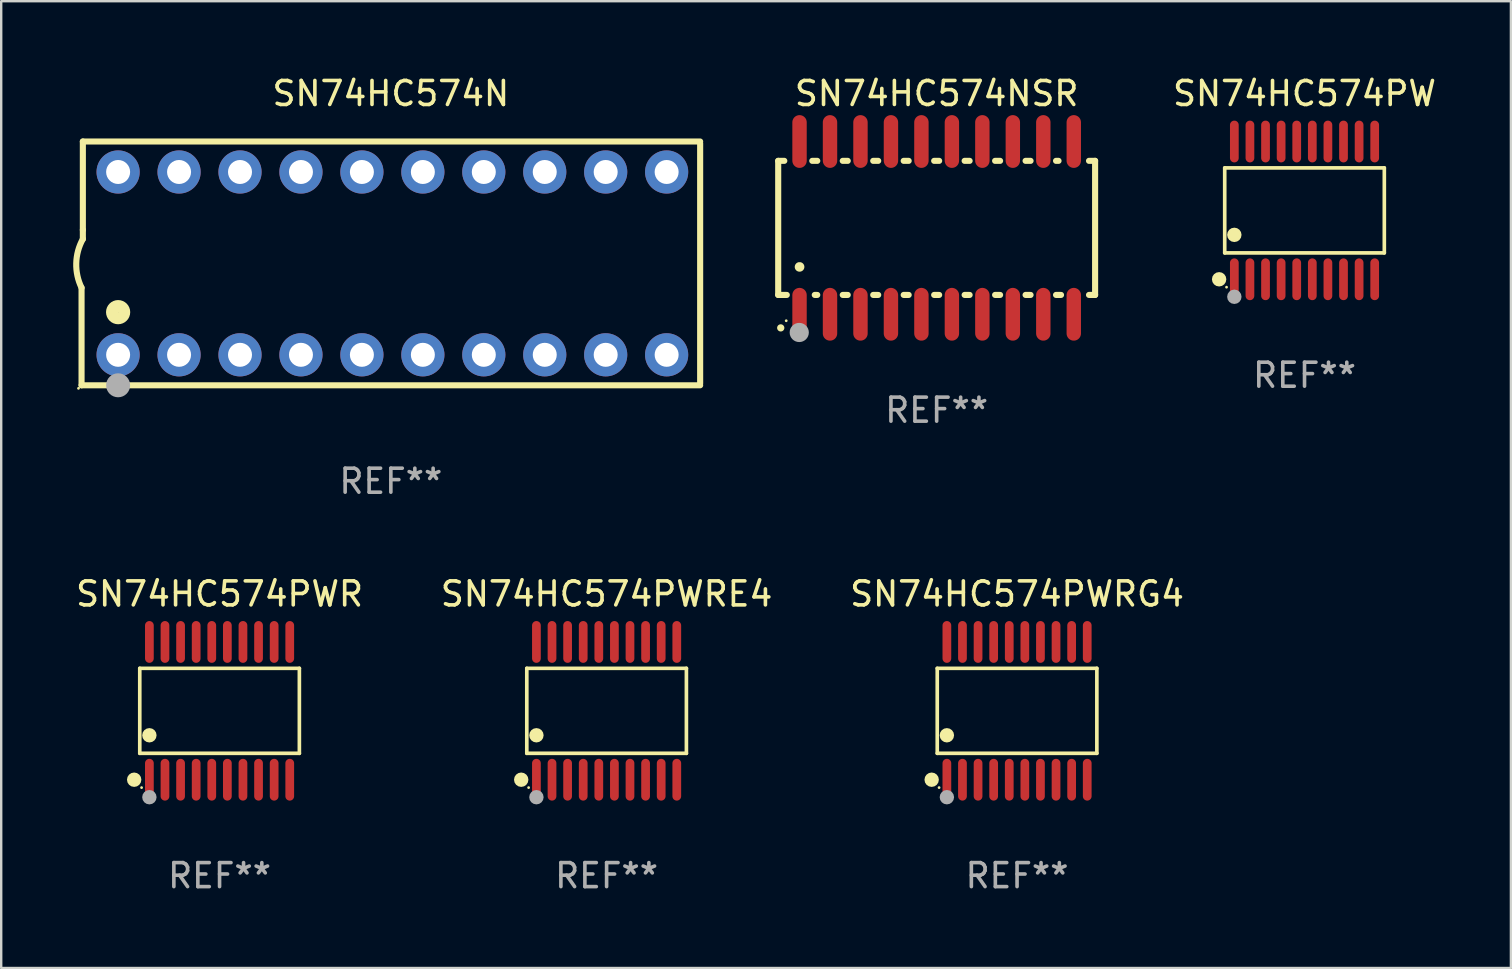
<source format=kicad_pcb>
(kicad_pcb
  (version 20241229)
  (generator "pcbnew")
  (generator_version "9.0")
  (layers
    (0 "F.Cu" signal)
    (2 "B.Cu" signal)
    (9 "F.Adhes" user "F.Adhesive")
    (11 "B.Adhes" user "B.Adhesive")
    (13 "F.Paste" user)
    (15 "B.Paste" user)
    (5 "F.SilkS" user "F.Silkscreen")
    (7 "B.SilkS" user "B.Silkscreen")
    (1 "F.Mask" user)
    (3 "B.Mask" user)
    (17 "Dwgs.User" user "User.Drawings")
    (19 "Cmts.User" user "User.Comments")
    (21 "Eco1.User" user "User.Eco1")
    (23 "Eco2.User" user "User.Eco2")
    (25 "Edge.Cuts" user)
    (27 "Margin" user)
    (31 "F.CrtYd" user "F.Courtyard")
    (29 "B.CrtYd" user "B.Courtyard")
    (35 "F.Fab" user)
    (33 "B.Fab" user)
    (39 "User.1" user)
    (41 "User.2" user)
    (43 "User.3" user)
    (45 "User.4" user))
  (footprint "SN74HC574PWR"
    (layer "F.Cu")
    (at 6.101 26.576)
    (property "Reference" "SN74HC574PWR" (at 0 -4.871 0) (layer "F.SilkS") (effects (font (size 1 1) (thickness 0.15))))
    (attr through_hole)
    (fp_line (start -3.326 -1.771) (end 3.326 -1.771) (stroke (width 0.152) (type solid)) (layer "F.SilkS"))
    (fp_line (start -3.326 1.771) (end -3.326 -1.771) (stroke (width 0.152) (type solid)) (layer "F.SilkS"))
    (fp_line (start 3.326 -1.771) (end 3.326 1.771) (stroke (width 0.152) (type solid)) (layer "F.SilkS"))
    (fp_line (start 3.326 1.771) (end -3.326 1.771) (stroke (width 0.152) (type solid)) (layer "F.SilkS"))
    (fp_circle (center -3.559 2.871) (end -3.409 2.871) (stroke (width 0.3) (type solid)) (fill no) (layer "F.SilkS"))
    (fp_circle (center -3.25 3.2) (end -3.22 3.2) (stroke (width 0.06) (type solid)) (fill no) (layer "F.SilkS"))
    (fp_circle (center -2.925 1.019) (end -2.775 1.019) (stroke (width 0.3) (type solid)) (fill no) (layer "F.SilkS"))
    (fp_circle (center -2.925 3.6) (end -2.775 3.6) (stroke (width 0.3) (type solid)) (fill no) (layer "F.Fab"))
    (fp_text user "REF**" (at 0 6.871 0) (layer "F.Fab") (effects (font (size 1 1) (thickness 0.15))))
    (pad "1" smd oval (at -2.925 2.871) (size 0.364 1.742) (layers "F.Cu" "F.Mask" "F.Paste"))
    (pad "2" smd oval (at -2.275 2.871) (size 0.364 1.742) (layers "F.Cu" "F.Mask" "F.Paste"))
    (pad "3" smd oval (at -1.625 2.871) (size 0.364 1.742) (layers "F.Cu" "F.Mask" "F.Paste"))
    (pad "4" smd oval (at -0.975 2.871) (size 0.364 1.742) (layers "F.Cu" "F.Mask" "F.Paste"))
    (pad "5" smd oval (at -0.325 2.871) (size 0.364 1.742) (layers "F.Cu" "F.Mask" "F.Paste"))
    (pad "6" smd oval (at 0.325 2.871) (size 0.364 1.742) (layers "F.Cu" "F.Mask" "F.Paste"))
    (pad "7" smd oval (at 0.975 2.871) (size 0.364 1.742) (layers "F.Cu" "F.Mask" "F.Paste"))
    (pad "8" smd oval (at 1.625 2.871) (size 0.364 1.742) (layers "F.Cu" "F.Mask" "F.Paste"))
    (pad "9" smd oval (at 2.275 2.871) (size 0.364 1.742) (layers "F.Cu" "F.Mask" "F.Paste"))
    (pad "10" smd oval (at 2.925 2.871) (size 0.364 1.742) (layers "F.Cu" "F.Mask" "F.Paste"))
    (pad "11" smd oval (at 2.925 -2.871) (size 0.364 1.742) (layers "F.Cu" "F.Mask" "F.Paste"))
    (pad "12" smd oval (at 2.275 -2.871) (size 0.364 1.742) (layers "F.Cu" "F.Mask" "F.Paste"))
    (pad "13" smd oval (at 1.625 -2.871) (size 0.364 1.742) (layers "F.Cu" "F.Mask" "F.Paste"))
    (pad "14" smd oval (at 0.975 -2.871) (size 0.364 1.742) (layers "F.Cu" "F.Mask" "F.Paste"))
    (pad "15" smd oval (at 0.325 -2.871) (size 0.364 1.742) (layers "F.Cu" "F.Mask" "F.Paste"))
    (pad "16" smd oval (at -0.325 -2.871) (size 0.364 1.742) (layers "F.Cu" "F.Mask" "F.Paste"))
    (pad "17" smd oval (at -0.975 -2.871) (size 0.364 1.742) (layers "F.Cu" "F.Mask" "F.Paste"))
    (pad "18" smd oval (at -1.625 -2.871) (size 0.364 1.742) (layers "F.Cu" "F.Mask" "F.Paste"))
    (pad "19" smd oval (at -2.275 -2.871) (size 0.364 1.742) (layers "F.Cu" "F.Mask" "F.Paste"))
    (pad "20" smd oval (at -2.925 -2.871) (size 0.364 1.742) (layers "F.Cu" "F.Mask" "F.Paste")))
  (footprint "SN74HC574N"
    (layer "F.Cu")
    (at 13.24 7.928)
    (property "Reference" "SN74HC574N" (at 0 -7.08 0) (layer "F.SilkS") (effects (font (size 1 1) (thickness 0.15))))
    (attr through_hole)
    (fp_line (start -12.891 5.08) (end -12.891 1.016) (stroke (width 0.254) (type solid)) (layer "F.SilkS"))
    (fp_line (start -12.891 5.08) (end 12.891 5.08) (stroke (width 0.254) (type solid)) (layer "F.SilkS"))
    (fp_line (start -12.837 -5.08) (end -12.837 -1.397) (stroke (width 0.254) (type solid)) (layer "F.SilkS"))
    (fp_line (start -12.837 -5.08) (end 12.891 -5.08) (stroke (width 0.254) (type solid)) (layer "F.SilkS"))
    (fp_line (start -12.837 -1.397) (end -12.837 -1.016) (stroke (width 0.254) (type solid)) (layer "F.SilkS"))
    (fp_line (start 12.891 -5) (end 12.891 5) (stroke (width 0.254) (type solid)) (layer "F.SilkS"))
    (fp_arc (start -12.890526 1.016002) (mid -13.111945 -0.006602) (end -12.836525 -1.016002) (stroke (width 0.254001) (type solid)) (layer "F.SilkS"))
    (fp_circle (center -13.018 5.207) (end -12.988 5.207) (stroke (width 0.06) (type solid)) (fill no) (layer "F.SilkS"))
    (fp_circle (center -11.367 2.032) (end -11.113 2.032) (stroke (width 0.5) (type solid)) (fill no) (layer "F.SilkS"))
    (fp_circle (center -11.367 5.08) (end -11.117 5.08) (stroke (width 0.5) (type solid)) (fill no) (layer "F.Fab"))
    (fp_text user "REF**" (at 0 9.08 0) (layer "F.Fab") (effects (font (size 1 1) (thickness 0.15))))
    (pad "1" thru_hole circle (at -11.367 3.81) (size 1.8 1.8) (drill 1) (layers "*.Cu" "*.Mask"))
    (pad "2" thru_hole circle (at -8.827 3.81) (size 1.8 1.8) (drill 1) (layers "*.Cu" "*.Mask"))
    (pad "3" thru_hole circle (at -6.287 3.81) (size 1.8 1.8) (drill 1) (layers "*.Cu" "*.Mask"))
    (pad "4" thru_hole circle (at -3.747 3.81) (size 1.8 1.8) (drill 1) (layers "*.Cu" "*.Mask"))
    (pad "5" thru_hole circle (at -1.207 3.81) (size 1.8 1.8) (drill 1) (layers "*.Cu" "*.Mask"))
    (pad "6" thru_hole circle (at 1.334 3.81) (size 1.8 1.8) (drill 1) (layers "*.Cu" "*.Mask"))
    (pad "7" thru_hole circle (at 3.874 3.81) (size 1.8 1.8) (drill 1) (layers "*.Cu" "*.Mask"))
    (pad "8" thru_hole circle (at 6.414 3.81) (size 1.8 1.8) (drill 1) (layers "*.Cu" "*.Mask"))
    (pad "9" thru_hole circle (at 8.954 3.81) (size 1.8 1.8) (drill 1) (layers "*.Cu" "*.Mask"))
    (pad "10" thru_hole circle (at 11.494 3.81) (size 1.8 1.8) (drill 1) (layers "*.Cu" "*.Mask"))
    (pad "11" thru_hole circle (at 11.494 -3.81) (size 1.8 1.8) (drill 1) (layers "*.Cu" "*.Mask"))
    (pad "12" thru_hole circle (at 8.954 -3.81) (size 1.8 1.8) (drill 1) (layers "*.Cu" "*.Mask"))
    (pad "13" thru_hole circle (at 6.414 -3.81) (size 1.8 1.8) (drill 1) (layers "*.Cu" "*.Mask"))
    (pad "14" thru_hole circle (at 3.874 -3.81) (size 1.8 1.8) (drill 1) (layers "*.Cu" "*.Mask"))
    (pad "15" thru_hole circle (at 1.334 -3.81) (size 1.8 1.8) (drill 1) (layers "*.Cu" "*.Mask"))
    (pad "16" thru_hole circle (at -1.207 -3.81) (size 1.8 1.8) (drill 1) (layers "*.Cu" "*.Mask"))
    (pad "17" thru_hole circle (at -3.747 -3.81) (size 1.8 1.8) (drill 1) (layers "*.Cu" "*.Mask"))
    (pad "18" thru_hole circle (at -6.287 -3.81) (size 1.8 1.8) (drill 1) (layers "*.Cu" "*.Mask"))
    (pad "19" thru_hole circle (at -8.827 -3.81) (size 1.8 1.8) (drill 1) (layers "*.Cu" "*.Mask"))
    (pad "20" thru_hole circle (at -11.367 -3.81) (size 1.8 1.8) (drill 1) (layers "*.Cu" "*.Mask")))
  (footprint "SN74HC574PWRG4"
    (layer "F.Cu")
    (at 39.339 26.576)
    (property "Reference" "SN74HC574PWRG4" (at 0 -4.871 0) (layer "F.SilkS") (effects (font (size 1 1) (thickness 0.15))))
    (attr through_hole)
    (fp_line (start -3.326 -1.771) (end 3.326 -1.771) (stroke (width 0.152) (type solid)) (layer "F.SilkS"))
    (fp_line (start -3.326 1.771) (end -3.326 -1.771) (stroke (width 0.152) (type solid)) (layer "F.SilkS"))
    (fp_line (start 3.326 -1.771) (end 3.326 1.771) (stroke (width 0.152) (type solid)) (layer "F.SilkS"))
    (fp_line (start 3.326 1.771) (end -3.326 1.771) (stroke (width 0.152) (type solid)) (layer "F.SilkS"))
    (fp_circle (center -3.559 2.871) (end -3.409 2.871) (stroke (width 0.3) (type solid)) (fill no) (layer "F.SilkS"))
    (fp_circle (center -3.25 3.2) (end -3.22 3.2) (stroke (width 0.06) (type solid)) (fill no) (layer "F.SilkS"))
    (fp_circle (center -2.925 1.019) (end -2.775 1.019) (stroke (width 0.3) (type solid)) (fill no) (layer "F.SilkS"))
    (fp_circle (center -2.925 3.6) (end -2.775 3.6) (stroke (width 0.3) (type solid)) (fill no) (layer "F.Fab"))
    (fp_text user "REF**" (at 0 6.871 0) (layer "F.Fab") (effects (font (size 1 1) (thickness 0.15))))
    (pad "1" smd oval (at -2.925 2.871) (size 0.364 1.742) (layers "F.Cu" "F.Mask" "F.Paste"))
    (pad "2" smd oval (at -2.275 2.871) (size 0.364 1.742) (layers "F.Cu" "F.Mask" "F.Paste"))
    (pad "3" smd oval (at -1.625 2.871) (size 0.364 1.742) (layers "F.Cu" "F.Mask" "F.Paste"))
    (pad "4" smd oval (at -0.975 2.871) (size 0.364 1.742) (layers "F.Cu" "F.Mask" "F.Paste"))
    (pad "5" smd oval (at -0.325 2.871) (size 0.364 1.742) (layers "F.Cu" "F.Mask" "F.Paste"))
    (pad "6" smd oval (at 0.325 2.871) (size 0.364 1.742) (layers "F.Cu" "F.Mask" "F.Paste"))
    (pad "7" smd oval (at 0.975 2.871) (size 0.364 1.742) (layers "F.Cu" "F.Mask" "F.Paste"))
    (pad "8" smd oval (at 1.625 2.871) (size 0.364 1.742) (layers "F.Cu" "F.Mask" "F.Paste"))
    (pad "9" smd oval (at 2.275 2.871) (size 0.364 1.742) (layers "F.Cu" "F.Mask" "F.Paste"))
    (pad "10" smd oval (at 2.925 2.871) (size 0.364 1.742) (layers "F.Cu" "F.Mask" "F.Paste"))
    (pad "11" smd oval (at 2.925 -2.871) (size 0.364 1.742) (layers "F.Cu" "F.Mask" "F.Paste"))
    (pad "12" smd oval (at 2.275 -2.871) (size 0.364 1.742) (layers "F.Cu" "F.Mask" "F.Paste"))
    (pad "13" smd oval (at 1.625 -2.871) (size 0.364 1.742) (layers "F.Cu" "F.Mask" "F.Paste"))
    (pad "14" smd oval (at 0.975 -2.871) (size 0.364 1.742) (layers "F.Cu" "F.Mask" "F.Paste"))
    (pad "15" smd oval (at 0.325 -2.871) (size 0.364 1.742) (layers "F.Cu" "F.Mask" "F.Paste"))
    (pad "16" smd oval (at -0.325 -2.871) (size 0.364 1.742) (layers "F.Cu" "F.Mask" "F.Paste"))
    (pad "17" smd oval (at -0.975 -2.871) (size 0.364 1.742) (layers "F.Cu" "F.Mask" "F.Paste"))
    (pad "18" smd oval (at -1.625 -2.871) (size 0.364 1.742) (layers "F.Cu" "F.Mask" "F.Paste"))
    (pad "19" smd oval (at -2.275 -2.871) (size 0.364 1.742) (layers "F.Cu" "F.Mask" "F.Paste"))
    (pad "20" smd oval (at -2.925 -2.871) (size 0.364 1.742) (layers "F.Cu" "F.Mask" "F.Paste")))
  (footprint "SN74HC574NSR"
    (layer "F.Cu")
    (at 35.988 6.448)
    (property "Reference" "SN74HC574NSR" (at 0 -5.6 0) (layer "F.SilkS") (effects (font (size 1 1) (thickness 0.15))))
    (attr through_hole)
    (fp_line (start -6.604 -2.794) (end -6.604 2.794) (stroke (width 0.254) (type solid)) (layer "F.SilkS"))
    (fp_line (start -6.604 2.794) (end -6.246 2.794) (stroke (width 0.254) (type solid)) (layer "F.SilkS"))
    (fp_line (start -6.35 -2.794) (end -6.604 -2.794) (stroke (width 0.254) (type solid)) (layer "F.SilkS"))
    (fp_line (start -5.184 -2.794) (end -4.976 -2.794) (stroke (width 0.254) (type solid)) (layer "F.SilkS"))
    (fp_line (start -5.08 2.794) (end -4.976 2.794) (stroke (width 0.254) (type solid)) (layer "F.SilkS"))
    (fp_line (start -3.914 -2.794) (end -3.706 -2.794) (stroke (width 0.254) (type solid)) (layer "F.SilkS"))
    (fp_line (start -3.914 2.794) (end -3.706 2.794) (stroke (width 0.254) (type solid)) (layer "F.SilkS"))
    (fp_line (start -2.644 -2.794) (end -2.436 -2.794) (stroke (width 0.254) (type solid)) (layer "F.SilkS"))
    (fp_line (start -2.644 2.794) (end -2.436 2.794) (stroke (width 0.254) (type solid)) (layer "F.SilkS"))
    (fp_line (start -1.374 -2.794) (end -1.166 -2.794) (stroke (width 0.254) (type solid)) (layer "F.SilkS"))
    (fp_line (start -1.374 2.794) (end -1.166 2.794) (stroke (width 0.254) (type solid)) (layer "F.SilkS"))
    (fp_line (start -0.104 -2.794) (end 0.104 -2.794) (stroke (width 0.254) (type solid)) (layer "F.SilkS"))
    (fp_line (start -0.104 2.794) (end 0.104 2.794) (stroke (width 0.254) (type solid)) (layer "F.SilkS"))
    (fp_line (start 1.166 -2.794) (end 1.374 -2.794) (stroke (width 0.254) (type solid)) (layer "F.SilkS"))
    (fp_line (start 1.166 2.794) (end 1.374 2.794) (stroke (width 0.254) (type solid)) (layer "F.SilkS"))
    (fp_line (start 2.436 -2.794) (end 2.644 -2.794) (stroke (width 0.254) (type solid)) (layer "F.SilkS"))
    (fp_line (start 2.436 2.794) (end 2.644 2.794) (stroke (width 0.254) (type solid)) (layer "F.SilkS"))
    (fp_line (start 3.706 -2.794) (end 3.914 -2.794) (stroke (width 0.254) (type solid)) (layer "F.SilkS"))
    (fp_line (start 3.706 2.794) (end 3.914 2.794) (stroke (width 0.254) (type solid)) (layer "F.SilkS"))
    (fp_line (start 4.976 -2.794) (end 5.08 -2.794) (stroke (width 0.254) (type solid)) (layer "F.SilkS"))
    (fp_line (start 4.976 2.794) (end 5.184 2.794) (stroke (width 0.254) (type solid)) (layer "F.SilkS"))
    (fp_line (start 6.35 -2.794) (end 6.604 -2.794) (stroke (width 0.254) (type solid)) (layer "F.SilkS"))
    (fp_line (start 6.604 -2.794) (end 6.604 2.794) (stroke (width 0.254) (type solid)) (layer "F.SilkS"))
    (fp_line (start 6.604 2.794) (end 6.35 2.794) (stroke (width 0.254) (type solid)) (layer "F.SilkS"))
    (fp_arc (start -6.499619 4.167793) (mid -6.498349 4.167788) (end -6.497079 4.167793) (stroke (width 0.3) (type solid)) (layer "F.SilkS"))
    (fp_arc (start -5.715011 1.625603) (mid -5.713741 1.625599) (end -5.712471 1.625603) (stroke (width 0.4) (type solid)) (layer "F.SilkS"))
    (fp_circle (center -6.27 3.87) (end -6.24 3.87) (stroke (width 0.06) (type solid)) (fill no) (layer "F.SilkS"))
    (fp_circle (center -5.727 4.359) (end -5.527 4.359) (stroke (width 0.4) (type solid)) (fill no) (layer "F.Fab"))
    (fp_text user "REF**" (at 0 7.6 0) (layer "F.Fab") (effects (font (size 1 1) (thickness 0.15))))
    (pad "1" smd oval (at -5.715 3.6) (size 0.6 2.2) (layers "F.Cu" "F.Mask" "F.Paste"))
    (pad "2" smd oval (at -4.445 3.6) (size 0.6 2.2) (layers "F.Cu" "F.Mask" "F.Paste"))
    (pad "3" smd oval (at -3.175 3.6) (size 0.6 2.2) (layers "F.Cu" "F.Mask" "F.Paste"))
    (pad "4" smd oval (at -1.905 3.6) (size 0.6 2.2) (layers "F.Cu" "F.Mask" "F.Paste"))
    (pad "5" smd oval (at -0.635 3.6) (size 0.6 2.2) (layers "F.Cu" "F.Mask" "F.Paste"))
    (pad "6" smd oval (at 0.635 3.6) (size 0.6 2.2) (layers "F.Cu" "F.Mask" "F.Paste"))
    (pad "7" smd oval (at 1.905 3.6) (size 0.6 2.2) (layers "F.Cu" "F.Mask" "F.Paste"))
    (pad "8" smd oval (at 3.175 3.6) (size 0.6 2.2) (layers "F.Cu" "F.Mask" "F.Paste"))
    (pad "9" smd oval (at 4.445 3.6) (size 0.6 2.2) (layers "F.Cu" "F.Mask" "F.Paste"))
    (pad "10" smd oval (at 5.715 3.6) (size 0.6 2.2) (layers "F.Cu" "F.Mask" "F.Paste"))
    (pad "11" smd oval (at 5.715 -3.6 180) (size 0.6 2.2) (layers "F.Cu" "F.Mask" "F.Paste"))
    (pad "12" smd oval (at 4.445 -3.6 180) (size 0.6 2.2) (layers "F.Cu" "F.Mask" "F.Paste"))
    (pad "13" smd oval (at 3.175 -3.6 180) (size 0.6 2.2) (layers "F.Cu" "F.Mask" "F.Paste"))
    (pad "14" smd oval (at 1.905 -3.6 180) (size 0.6 2.2) (layers "F.Cu" "F.Mask" "F.Paste"))
    (pad "15" smd oval (at 0.635 -3.6 180) (size 0.6 2.2) (layers "F.Cu" "F.Mask" "F.Paste"))
    (pad "16" smd oval (at -0.635 -3.6 180) (size 0.6 2.2) (layers "F.Cu" "F.Mask" "F.Paste"))
    (pad "17" smd oval (at -1.905 -3.6 180) (size 0.6 2.2) (layers "F.Cu" "F.Mask" "F.Paste"))
    (pad "18" smd oval (at -3.175 -3.6 180) (size 0.6 2.2) (layers "F.Cu" "F.Mask" "F.Paste"))
    (pad "19" smd oval (at -4.445 -3.6 180) (size 0.6 2.2) (layers "F.Cu" "F.Mask" "F.Paste"))
    (pad "20" smd oval (at -5.715 -3.6 180) (size 0.6 2.2) (layers "F.Cu" "F.Mask" "F.Paste")))
  (footprint "SN74HC574PW"
    (layer "F.Cu")
    (at 51.32 5.719)
    (property "Reference" "SN74HC574PW" (at 0 -4.871 0) (layer "F.SilkS") (effects (font (size 1 1) (thickness 0.15))))
    (attr through_hole)
    (fp_line (start -3.326 -1.771) (end 3.326 -1.771) (stroke (width 0.152) (type solid)) (layer "F.SilkS"))
    (fp_line (start -3.326 1.771) (end -3.326 -1.771) (stroke (width 0.152) (type solid)) (layer "F.SilkS"))
    (fp_line (start 3.326 -1.771) (end 3.326 1.771) (stroke (width 0.152) (type solid)) (layer "F.SilkS"))
    (fp_line (start 3.326 1.771) (end -3.326 1.771) (stroke (width 0.152) (type solid)) (layer "F.SilkS"))
    (fp_circle (center -3.559 2.871) (end -3.409 2.871) (stroke (width 0.3) (type solid)) (fill no) (layer "F.SilkS"))
    (fp_circle (center -3.25 3.2) (end -3.22 3.2) (stroke (width 0.06) (type solid)) (fill no) (layer "F.SilkS"))
    (fp_circle (center -2.925 1.019) (end -2.775 1.019) (stroke (width 0.3) (type solid)) (fill no) (layer "F.SilkS"))
    (fp_circle (center -2.925 3.6) (end -2.775 3.6) (stroke (width 0.3) (type solid)) (fill no) (layer "F.Fab"))
    (fp_text user "REF**" (at 0 6.871 0) (layer "F.Fab") (effects (font (size 1 1) (thickness 0.15))))
    (pad "1" smd oval (at -2.925 2.871) (size 0.364 1.742) (layers "F.Cu" "F.Mask" "F.Paste"))
    (pad "2" smd oval (at -2.275 2.871) (size 0.364 1.742) (layers "F.Cu" "F.Mask" "F.Paste"))
    (pad "3" smd oval (at -1.625 2.871) (size 0.364 1.742) (layers "F.Cu" "F.Mask" "F.Paste"))
    (pad "4" smd oval (at -0.975 2.871) (size 0.364 1.742) (layers "F.Cu" "F.Mask" "F.Paste"))
    (pad "5" smd oval (at -0.325 2.871) (size 0.364 1.742) (layers "F.Cu" "F.Mask" "F.Paste"))
    (pad "6" smd oval (at 0.325 2.871) (size 0.364 1.742) (layers "F.Cu" "F.Mask" "F.Paste"))
    (pad "7" smd oval (at 0.975 2.871) (size 0.364 1.742) (layers "F.Cu" "F.Mask" "F.Paste"))
    (pad "8" smd oval (at 1.625 2.871) (size 0.364 1.742) (layers "F.Cu" "F.Mask" "F.Paste"))
    (pad "9" smd oval (at 2.275 2.871) (size 0.364 1.742) (layers "F.Cu" "F.Mask" "F.Paste"))
    (pad "10" smd oval (at 2.925 2.871) (size 0.364 1.742) (layers "F.Cu" "F.Mask" "F.Paste"))
    (pad "11" smd oval (at 2.925 -2.871) (size 0.364 1.742) (layers "F.Cu" "F.Mask" "F.Paste"))
    (pad "12" smd oval (at 2.275 -2.871) (size 0.364 1.742) (layers "F.Cu" "F.Mask" "F.Paste"))
    (pad "13" smd oval (at 1.625 -2.871) (size 0.364 1.742) (layers "F.Cu" "F.Mask" "F.Paste"))
    (pad "14" smd oval (at 0.975 -2.871) (size 0.364 1.742) (layers "F.Cu" "F.Mask" "F.Paste"))
    (pad "15" smd oval (at 0.325 -2.871) (size 0.364 1.742) (layers "F.Cu" "F.Mask" "F.Paste"))
    (pad "16" smd oval (at -0.325 -2.871) (size 0.364 1.742) (layers "F.Cu" "F.Mask" "F.Paste"))
    (pad "17" smd oval (at -0.975 -2.871) (size 0.364 1.742) (layers "F.Cu" "F.Mask" "F.Paste"))
    (pad "18" smd oval (at -1.625 -2.871) (size 0.364 1.742) (layers "F.Cu" "F.Mask" "F.Paste"))
    (pad "19" smd oval (at -2.275 -2.871) (size 0.364 1.742) (layers "F.Cu" "F.Mask" "F.Paste"))
    (pad "20" smd oval (at -2.925 -2.871) (size 0.364 1.742) (layers "F.Cu" "F.Mask" "F.Paste")))
  (footprint "SN74HC574PWRE4"
    (layer "F.Cu")
    (at 22.232 26.576)
    (property "Reference" "SN74HC574PWRE4" (at 0 -4.871 0) (layer "F.SilkS") (effects (font (size 1 1) (thickness 0.15))))
    (attr through_hole)
    (fp_line (start -3.326 -1.771) (end 3.326 -1.771) (stroke (width 0.152) (type solid)) (layer "F.SilkS"))
    (fp_line (start -3.326 1.771) (end -3.326 -1.771) (stroke (width 0.152) (type solid)) (layer "F.SilkS"))
    (fp_line (start 3.326 -1.771) (end 3.326 1.771) (stroke (width 0.152) (type solid)) (layer "F.SilkS"))
    (fp_line (start 3.326 1.771) (end -3.326 1.771) (stroke (width 0.152) (type solid)) (layer "F.SilkS"))
    (fp_circle (center -3.559 2.871) (end -3.409 2.871) (stroke (width 0.3) (type solid)) (fill no) (layer "F.SilkS"))
    (fp_circle (center -3.25 3.2) (end -3.22 3.2) (stroke (width 0.06) (type solid)) (fill no) (layer "F.SilkS"))
    (fp_circle (center -2.925 1.019) (end -2.775 1.019) (stroke (width 0.3) (type solid)) (fill no) (layer "F.SilkS"))
    (fp_circle (center -2.925 3.6) (end -2.775 3.6) (stroke (width 0.3) (type solid)) (fill no) (layer "F.Fab"))
    (fp_text user "REF**" (at 0 6.871 0) (layer "F.Fab") (effects (font (size 1 1) (thickness 0.15))))
    (pad "1" smd oval (at -2.925 2.871) (size 0.364 1.742) (layers "F.Cu" "F.Mask" "F.Paste"))
    (pad "2" smd oval (at -2.275 2.871) (size 0.364 1.742) (layers "F.Cu" "F.Mask" "F.Paste"))
    (pad "3" smd oval (at -1.625 2.871) (size 0.364 1.742) (layers "F.Cu" "F.Mask" "F.Paste"))
    (pad "4" smd oval (at -0.975 2.871) (size 0.364 1.742) (layers "F.Cu" "F.Mask" "F.Paste"))
    (pad "5" smd oval (at -0.325 2.871) (size 0.364 1.742) (layers "F.Cu" "F.Mask" "F.Paste"))
    (pad "6" smd oval (at 0.325 2.871) (size 0.364 1.742) (layers "F.Cu" "F.Mask" "F.Paste"))
    (pad "7" smd oval (at 0.975 2.871) (size 0.364 1.742) (layers "F.Cu" "F.Mask" "F.Paste"))
    (pad "8" smd oval (at 1.625 2.871) (size 0.364 1.742) (layers "F.Cu" "F.Mask" "F.Paste"))
    (pad "9" smd oval (at 2.275 2.871) (size 0.364 1.742) (layers "F.Cu" "F.Mask" "F.Paste"))
    (pad "10" smd oval (at 2.925 2.871) (size 0.364 1.742) (layers "F.Cu" "F.Mask" "F.Paste"))
    (pad "11" smd oval (at 2.925 -2.871) (size 0.364 1.742) (layers "F.Cu" "F.Mask" "F.Paste"))
    (pad "12" smd oval (at 2.275 -2.871) (size 0.364 1.742) (layers "F.Cu" "F.Mask" "F.Paste"))
    (pad "13" smd oval (at 1.625 -2.871) (size 0.364 1.742) (layers "F.Cu" "F.Mask" "F.Paste"))
    (pad "14" smd oval (at 0.975 -2.871) (size 0.364 1.742) (layers "F.Cu" "F.Mask" "F.Paste"))
    (pad "15" smd oval (at 0.325 -2.871) (size 0.364 1.742) (layers "F.Cu" "F.Mask" "F.Paste"))
    (pad "16" smd oval (at -0.325 -2.871) (size 0.364 1.742) (layers "F.Cu" "F.Mask" "F.Paste"))
    (pad "17" smd oval (at -0.975 -2.871) (size 0.364 1.742) (layers "F.Cu" "F.Mask" "F.Paste"))
    (pad "18" smd oval (at -1.625 -2.871) (size 0.364 1.742) (layers "F.Cu" "F.Mask" "F.Paste"))
    (pad "19" smd oval (at -2.275 -2.871) (size 0.364 1.742) (layers "F.Cu" "F.Mask" "F.Paste"))
    (pad "20" smd oval (at -2.925 -2.871) (size 0.364 1.742) (layers "F.Cu" "F.Mask" "F.Paste")))
  (gr_rect
    (start -3 -3)
    (end 59.922 37.295)
    (stroke (width 0.1) (type default))
    (fill no)
    (layer "Edge.Cuts")))
</source>
